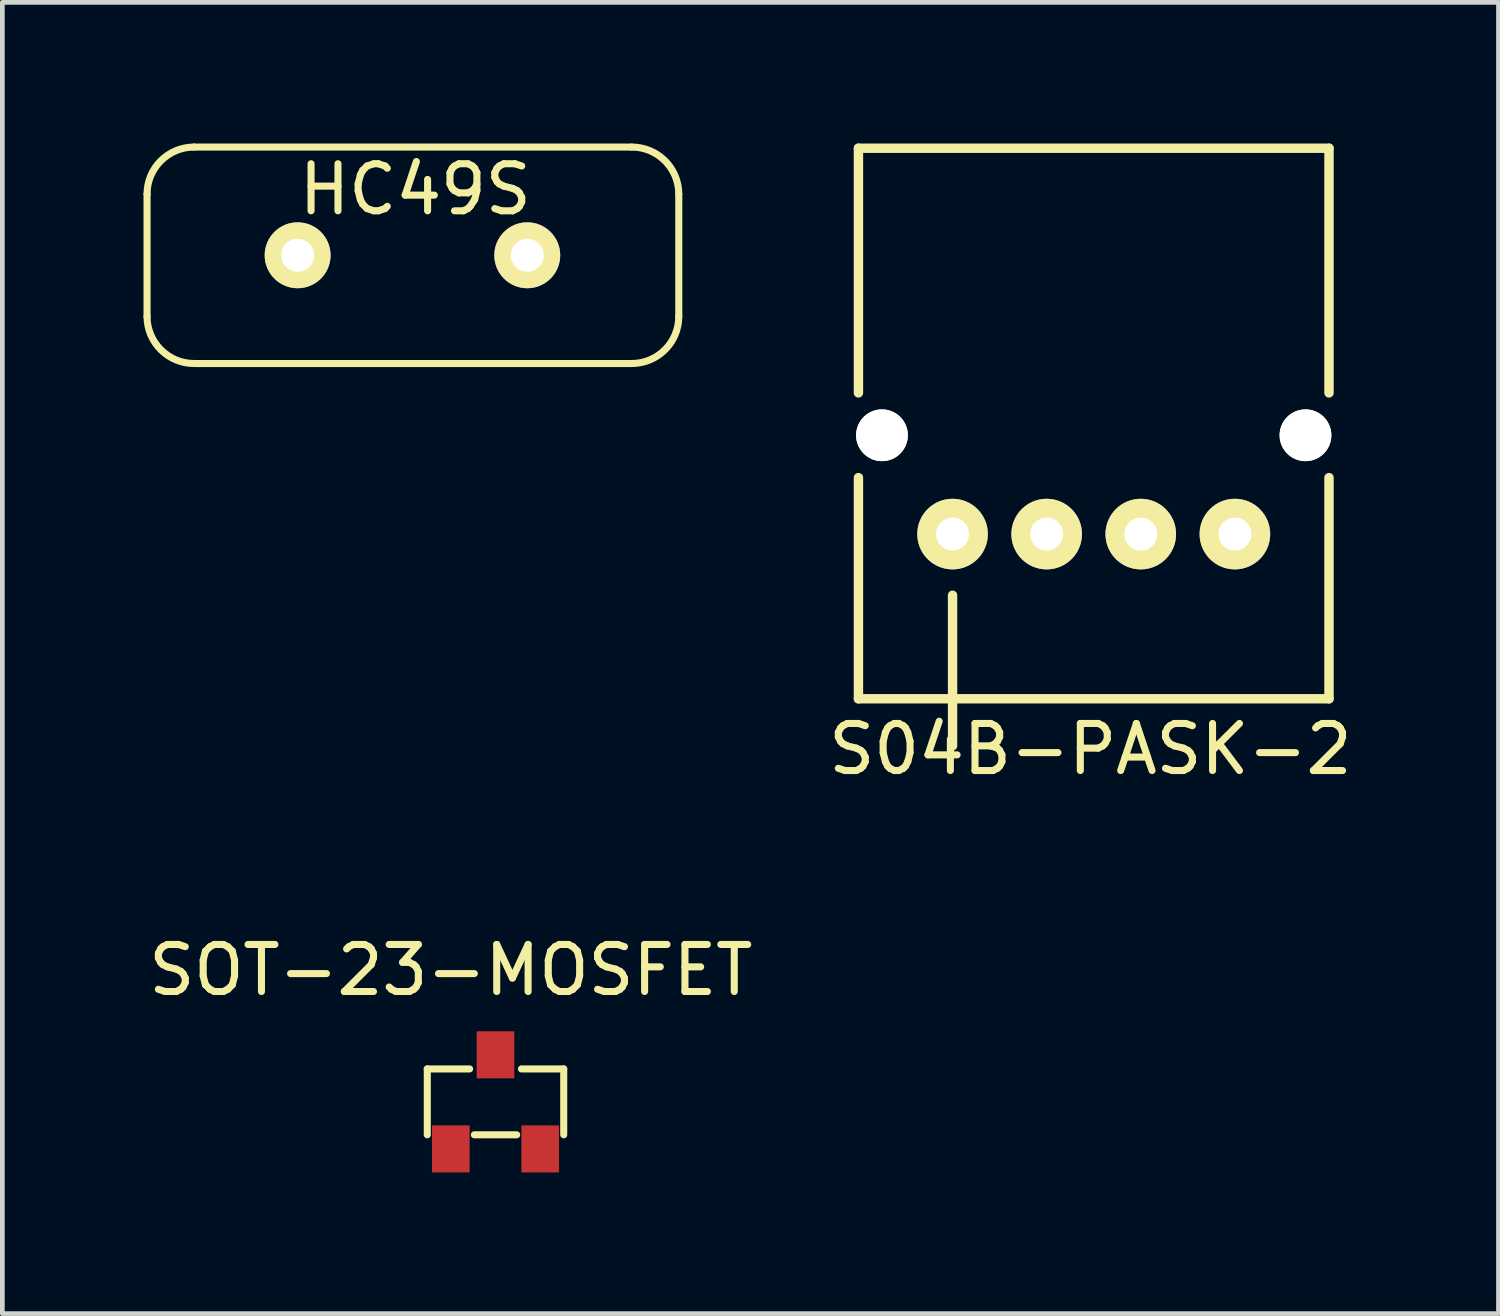
<source format=kicad_pcb>
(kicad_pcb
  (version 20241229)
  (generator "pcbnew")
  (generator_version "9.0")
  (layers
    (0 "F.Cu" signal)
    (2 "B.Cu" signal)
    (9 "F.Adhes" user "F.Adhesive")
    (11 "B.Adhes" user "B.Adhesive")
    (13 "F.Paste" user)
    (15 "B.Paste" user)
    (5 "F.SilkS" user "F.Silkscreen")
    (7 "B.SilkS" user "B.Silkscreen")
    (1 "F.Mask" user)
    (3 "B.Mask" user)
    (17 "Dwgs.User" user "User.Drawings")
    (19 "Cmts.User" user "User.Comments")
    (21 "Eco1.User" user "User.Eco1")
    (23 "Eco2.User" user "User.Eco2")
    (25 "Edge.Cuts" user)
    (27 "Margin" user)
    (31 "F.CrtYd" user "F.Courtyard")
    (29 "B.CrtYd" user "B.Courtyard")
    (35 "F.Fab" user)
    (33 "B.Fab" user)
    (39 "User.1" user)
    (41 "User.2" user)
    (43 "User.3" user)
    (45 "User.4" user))
  (footprint "S04B-PASK-2"
    (layer "F.Cu")
    (at 17.193 8.3)
    (property "Reference" "S04B-PASK-2" (at 2.93 4.57 0) (layer "F.SilkS") (effects (font (size 1 1) (thickness 0.15))))
    (attr through_hole)
    (fp_line (start -2 -8.2) (end -2 -3) (stroke (width 0.2) (type solid)) (layer "F.SilkS"))
    (fp_line (start -2 -1.2) (end -2 3.5) (stroke (width 0.2) (type solid)) (layer "F.SilkS"))
    (fp_line (start -2 3.5) (end 8 3.5) (stroke (width 0.2) (type solid)) (layer "F.SilkS"))
    (fp_line (start 0 1.3) (end 0 4.5) (stroke (width 0.2) (type solid)) (layer "F.SilkS"))
    (fp_line (start 8 -8.2) (end -2 -8.2) (stroke (width 0.2) (type solid)) (layer "F.SilkS"))
    (fp_line (start 8 -3) (end 8 -8.2) (stroke (width 0.2) (type solid)) (layer "F.SilkS"))
    (fp_line (start 8 3.5) (end 8 -1.2) (stroke (width 0.2) (type solid)) (layer "F.SilkS"))
    (pad "" np_thru_hole circle (at -1.5 -2.1) (size 1.1 1.1) (drill 1.1) (layers "*.Cu" "*.Mask" "F.SilkS"))
    (pad "" np_thru_hole circle (at 7.5 -2.1) (size 1.1 1.1) (drill 1.1) (layers "*.Cu" "*.Mask" "F.SilkS"))
    (pad "1" thru_hole circle (at 0 0) (size 1.5 1.5) (drill 0.7) (layers "*.Cu" "*.Mask" "F.SilkS"))
    (pad "2" thru_hole circle (at 2 0) (size 1.5 1.5) (drill 0.7) (layers "*.Cu" "*.Mask" "F.SilkS"))
    (pad "3" thru_hole circle (at 4 0) (size 1.5 1.5) (drill 0.7) (layers "*.Cu" "*.Mask" "F.SilkS"))
    (pad "4" thru_hole circle (at 6 0) (size 1.5 1.5) (drill 0.7) (layers "*.Cu" "*.Mask" "F.SilkS")))
  (footprint "SOT-23-MOSFET"
    (layer "F.Cu")
    (at 6.53 21.366)
    (property "Reference" "SOT-23-MOSFET" (at 0 -3.8 0) (layer "F.SilkS") (effects (font (size 1 1) (thickness 0.15))))
    (attr through_hole)
    (fp_line (start -0.5 -1.7) (end 0.4 -1.7) (stroke (width 0.15) (type solid)) (layer "F.SilkS"))
    (fp_line (start -0.5 -0.3) (end -0.5 -1.7) (stroke (width 0.15) (type solid)) (layer "F.SilkS"))
    (fp_line (start 0.5 -0.3) (end 1.4 -0.3) (stroke (width 0.15) (type solid)) (layer "F.SilkS"))
    (fp_line (start 2.4 -1.7) (end 1.5 -1.7) (stroke (width 0.15) (type solid)) (layer "F.SilkS"))
    (fp_line (start 2.4 -1.7) (end 2.4 -0.3) (stroke (width 0.15) (type solid)) (layer "F.SilkS"))
    (pad "D" smd rect (at 0.95 -2) (size 0.8 1) (layers "F.Cu" "F.Mask" "F.Paste"))
    (pad "G" smd rect (at 0 0) (size 0.8 1) (layers "F.Cu" "F.Mask" "F.Paste"))
    (pad "S" smd rect (at 1.9 0) (size 0.8 1) (layers "F.Cu" "F.Mask" "F.Paste")))
  (footprint "HC49S"
    (layer "F.Cu")
    (at 3.275 2.375)
    (property "Reference" "HC49S" (at 2.5 -1.4 0) (layer "F.SilkS") (effects (font (size 1 1) (thickness 0.15))))
    (attr through_hole)
    (fp_line (start -3.2 -1.3) (end -3.2 1.3) (stroke (width 0.15) (type solid)) (layer "F.SilkS"))
    (fp_line (start -2.2 -2.3) (end 7.1 -2.3) (stroke (width 0.15) (type solid)) (layer "F.SilkS"))
    (fp_line (start -2.2 2.3) (end 7.1 2.3) (stroke (width 0.15) (type solid)) (layer "F.SilkS"))
    (fp_line (start 8.1 -1.3) (end 8.1 1.3) (stroke (width 0.15) (type solid)) (layer "F.SilkS"))
    (fp_arc (start -3.2 -1.3) (mid -2.907107 -2.007107) (end -2.2 -2.3) (stroke (width 0.15) (type solid)) (layer "F.SilkS"))
    (fp_arc (start -2.2 2.3) (mid -2.907107 2.007107) (end -3.2 1.3) (stroke (width 0.15) (type solid)) (layer "F.SilkS"))
    (fp_arc (start 7.1 -2.3) (mid 7.807107 -2.007107) (end 8.1 -1.3) (stroke (width 0.15) (type solid)) (layer "F.SilkS"))
    (fp_arc (start 8.1 1.3) (mid 7.807107 2.007107) (end 7.1 2.3) (stroke (width 0.15) (type solid)) (layer "F.SilkS"))
    (pad "1" thru_hole circle (at 0 0) (size 1.4 1.4) (drill 0.7) (layers "*.Cu" "*.Mask" "F.SilkS"))
    (pad "2" thru_hole circle (at 4.88 0) (size 1.4 1.4) (drill 0.7) (layers "*.Cu" "*.Mask" "F.SilkS")))
  (gr_rect
    (start -3 -3)
    (end 28.795 24.866)
    (stroke (width 0.1) (type default))
    (fill no)
    (layer "Edge.Cuts")))
</source>
